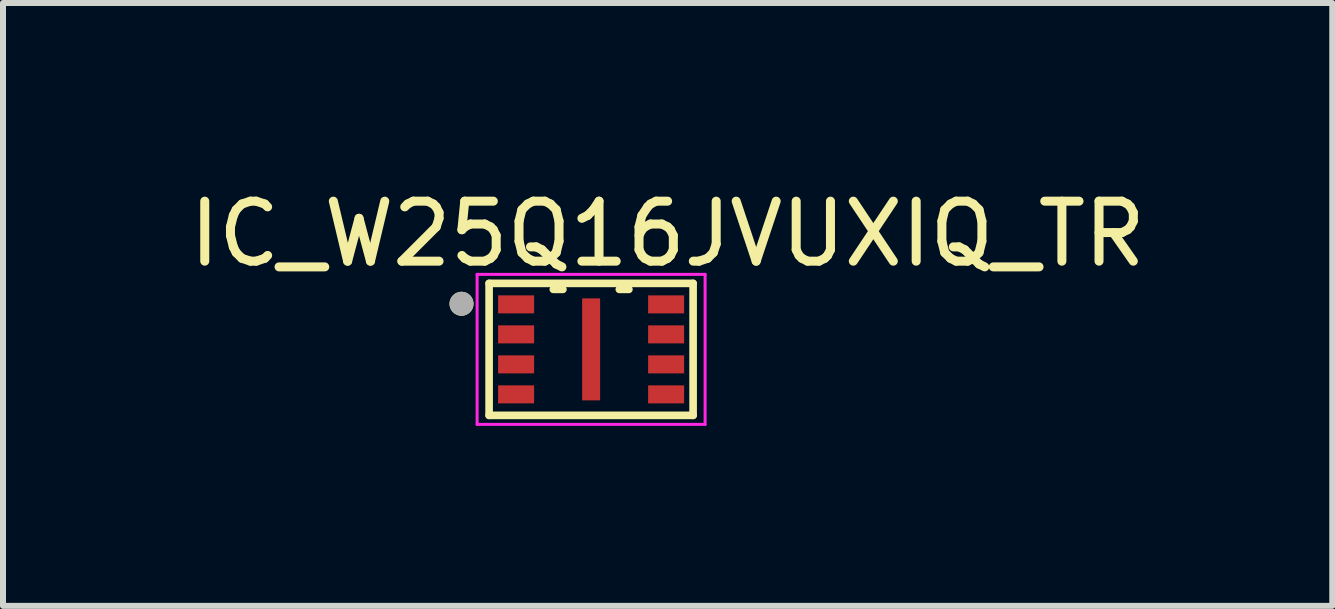
<source format=kicad_pcb>
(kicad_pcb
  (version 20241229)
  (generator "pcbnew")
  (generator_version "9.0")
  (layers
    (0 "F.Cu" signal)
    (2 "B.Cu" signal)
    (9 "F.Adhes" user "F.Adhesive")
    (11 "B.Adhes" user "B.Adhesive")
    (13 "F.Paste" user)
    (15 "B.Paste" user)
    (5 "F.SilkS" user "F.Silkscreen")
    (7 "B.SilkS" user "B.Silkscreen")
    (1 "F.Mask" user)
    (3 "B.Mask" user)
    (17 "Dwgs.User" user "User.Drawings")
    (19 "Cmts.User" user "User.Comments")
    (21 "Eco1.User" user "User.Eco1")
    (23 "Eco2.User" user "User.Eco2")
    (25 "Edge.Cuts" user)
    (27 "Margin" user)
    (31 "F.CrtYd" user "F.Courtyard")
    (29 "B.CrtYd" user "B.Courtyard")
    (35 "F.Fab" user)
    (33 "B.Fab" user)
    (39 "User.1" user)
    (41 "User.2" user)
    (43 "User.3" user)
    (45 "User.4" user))
  (footprint "IC_W25Q16JVUXIQ_TR"
    (layer "F.Cu")
    (at 6.802 2.773)
    (property "Reference" "IC_W25Q16JVUXIQ_TR" (at 1.275 -1.925 0) (layer "F.SilkS") (effects (font (size 1 1) (thickness 0.15))))
    (attr smd)
    (fp_line (start -1.7 -1.1) (end 1.7 -1.1) (stroke (width 0.127) (type solid)) (layer "F.SilkS"))
    (fp_line (start -1.7 1.1) (end -1.7 -1.1) (stroke (width 0.127) (type solid)) (layer "F.SilkS"))
    (fp_line (start -0.63 -1) (end -0.47 -1) (stroke (width 0.127) (type solid)) (layer "F.SilkS"))
    (fp_line (start 0.63 -1) (end 0.47 -1) (stroke (width 0.127) (type solid)) (layer "F.SilkS"))
    (fp_line (start 1.7 -1.1) (end 1.7 1.1) (stroke (width 0.127) (type solid)) (layer "F.SilkS"))
    (fp_line (start 1.7 1.1) (end -1.7 1.1) (stroke (width 0.127) (type solid)) (layer "F.SilkS"))
    (fp_circle (center -2.16 -0.76) (end -2.06 -0.76) (stroke (width 0.2) (type solid)) (fill no) (layer "F.SilkS"))
    (fp_line (start -1.9 -1.25) (end -1.9 1.25) (stroke (width 0.05) (type solid)) (layer "F.CrtYd"))
    (fp_line (start -1.9 1.25) (end 1.9 1.25) (stroke (width 0.05) (type solid)) (layer "F.CrtYd"))
    (fp_line (start 1.9 -1.25) (end -1.9 -1.25) (stroke (width 0.05) (type solid)) (layer "F.CrtYd"))
    (fp_line (start 1.9 1.25) (end 1.9 -1.25) (stroke (width 0.05) (type solid)) (layer "F.CrtYd"))
    (fp_circle (center -2.16 -0.76) (end -2.06 -0.76) (stroke (width 0.2) (type solid)) (fill no) (layer "F.Fab"))
    (pad "1" smd rect (at -1.25 -0.75) (size 0.6 0.3) (layers "F.Cu" "F.Mask" "F.Paste"))
    (pad "2" smd rect (at -1.25 -0.25) (size 0.6 0.3) (layers "F.Cu" "F.Mask" "F.Paste"))
    (pad "3" smd rect (at -1.25 0.25) (size 0.6 0.3) (layers "F.Cu" "F.Mask" "F.Paste"))
    (pad "4" smd rect (at -1.25 0.75) (size 0.6 0.3) (layers "F.Cu" "F.Mask" "F.Paste"))
    (pad "5" smd rect (at 1.25 0.75) (size 0.6 0.3) (layers "F.Cu" "F.Mask" "F.Paste"))
    (pad "6" smd rect (at 1.25 0.25) (size 0.6 0.3) (layers "F.Cu" "F.Mask" "F.Paste"))
    (pad "7" smd rect (at 1.25 -0.25) (size 0.6 0.3) (layers "F.Cu" "F.Mask" "F.Paste"))
    (pad "8" smd rect (at 1.25 -0.75) (size 0.6 0.3) (layers "F.Cu" "F.Mask" "F.Paste"))
    (pad "9" smd rect (at 0 0) (size 0.3 1.7) (layers "F.Cu" "F.Mask" "F.Paste")))
  (gr_rect
    (start -3 -3)
    (end 19.155 7.048)
    (stroke (width 0.1) (type default))
    (fill no)
    (layer "Edge.Cuts")))
</source>
